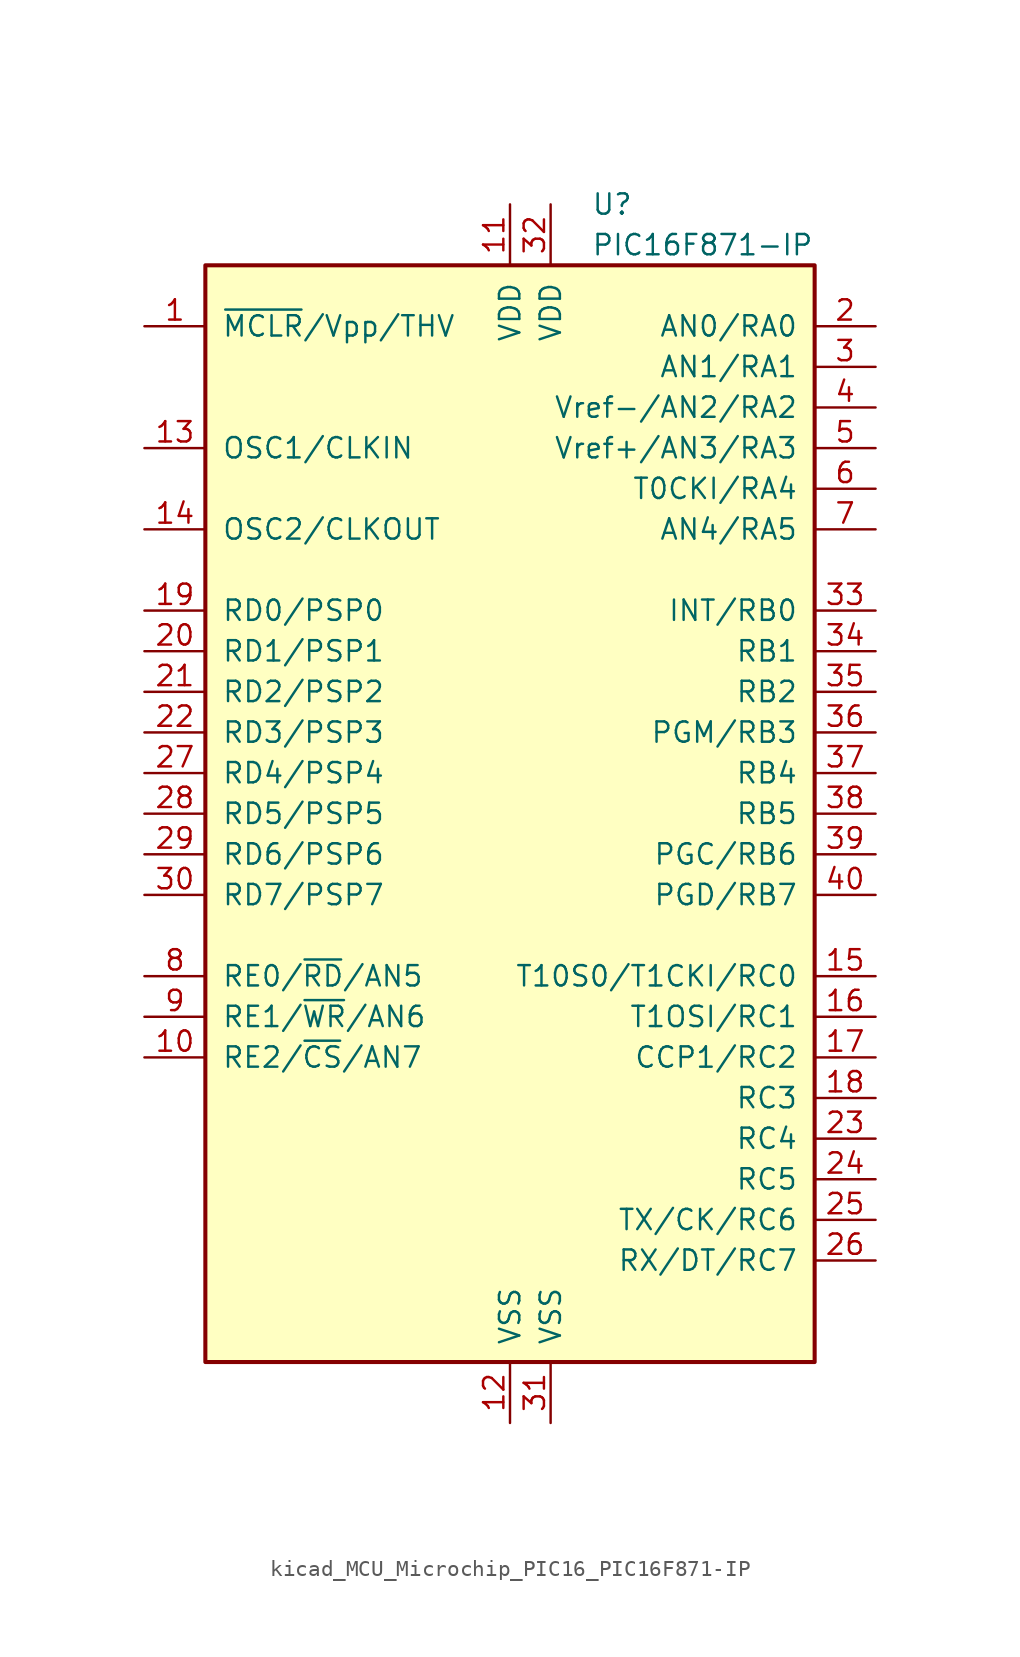
<source format=kicad_sym>
(kicad_symbol_lib
  (version 20220914)
  (generator kicad_symbol_editor)
  (symbol "kicad_MCU_Microchip_PIC16_PIC16F871-IP"
    (pin_names
      (offset 1.016))
    (property "Reference" "U"
      (at 5.08 38.1 0)
      (effects (font (size 1.27 1.27)) (justify left)))
    (property "Value" "PIC16F871-IP"
      (at 5.08 35.56 0)
      (effects (font (size 1.27 1.27)) (justify left)))
    (symbol "kicad_MCU_Microchip_PIC16_PIC16F871-IP_0_1"
      (rectangle (start -19.05 -34.29) (end 19.05 34.29) (stroke (width 0.254) (type default)) (fill (type background))))
    (symbol "kicad_MCU_Microchip_PIC16_PIC16F871-IP_1_1"
      (pin input line (at -22.86 30.48 0) (length 3.81) (name "~{MCLR}/Vpp/THV" (effects (font (size 1.27 1.27)))) (number "1" (effects (font (size 1.27 1.27)))))
      (pin bidirectional line (at -22.86 -15.24 0) (length 3.81) (name "RE2/~{CS}/AN7" (effects (font (size 1.27 1.27)))) (number "10" (effects (font (size 1.27 1.27)))))
      (pin power_in line (at 0 38.1 270) (length 3.81) (name "VDD" (effects (font (size 1.27 1.27)))) (number "11" (effects (font (size 1.27 1.27)))))
      (pin power_in line (at 0 -38.1 90) (length 3.81) (name "VSS" (effects (font (size 1.27 1.27)))) (number "12" (effects (font (size 1.27 1.27)))))
      (pin input line (at -22.86 22.86 0) (length 3.81) (name "OSC1/CLKIN" (effects (font (size 1.27 1.27)))) (number "13" (effects (font (size 1.27 1.27)))))
      (pin output line (at -22.86 17.78 0) (length 3.81) (name "OSC2/CLKOUT" (effects (font (size 1.27 1.27)))) (number "14" (effects (font (size 1.27 1.27)))))
      (pin bidirectional line (at 22.86 -10.16 180) (length 3.81) (name "T10S0/T1CKI/RC0" (effects (font (size 1.27 1.27)))) (number "15" (effects (font (size 1.27 1.27)))))
      (pin bidirectional line (at 22.86 -12.7 180) (length 3.81) (name "T1OSI/RC1" (effects (font (size 1.27 1.27)))) (number "16" (effects (font (size 1.27 1.27)))))
      (pin bidirectional line (at 22.86 -15.24 180) (length 3.81) (name "CCP1/RC2" (effects (font (size 1.27 1.27)))) (number "17" (effects (font (size 1.27 1.27)))))
      (pin bidirectional line (at 22.86 -17.78 180) (length 3.81) (name "RC3" (effects (font (size 1.27 1.27)))) (number "18" (effects (font (size 1.27 1.27)))))
      (pin bidirectional line (at -22.86 12.7 0) (length 3.81) (name "RD0/PSP0" (effects (font (size 1.27 1.27)))) (number "19" (effects (font (size 1.27 1.27)))))
      (pin bidirectional line (at 22.86 30.48 180) (length 3.81) (name "AN0/RA0" (effects (font (size 1.27 1.27)))) (number "2" (effects (font (size 1.27 1.27)))))
      (pin bidirectional line (at -22.86 10.16 0) (length 3.81) (name "RD1/PSP1" (effects (font (size 1.27 1.27)))) (number "20" (effects (font (size 1.27 1.27)))))
      (pin bidirectional line (at -22.86 7.62 0) (length 3.81) (name "RD2/PSP2" (effects (font (size 1.27 1.27)))) (number "21" (effects (font (size 1.27 1.27)))))
      (pin bidirectional line (at -22.86 5.08 0) (length 3.81) (name "RD3/PSP3" (effects (font (size 1.27 1.27)))) (number "22" (effects (font (size 1.27 1.27)))))
      (pin bidirectional line (at 22.86 -20.32 180) (length 3.81) (name "RC4" (effects (font (size 1.27 1.27)))) (number "23" (effects (font (size 1.27 1.27)))))
      (pin bidirectional line (at 22.86 -22.86 180) (length 3.81) (name "RC5" (effects (font (size 1.27 1.27)))) (number "24" (effects (font (size 1.27 1.27)))))
      (pin bidirectional line (at 22.86 -25.4 180) (length 3.81) (name "TX/CK/RC6" (effects (font (size 1.27 1.27)))) (number "25" (effects (font (size 1.27 1.27)))))
      (pin bidirectional line (at 22.86 -27.94 180) (length 3.81) (name "RX/DT/RC7" (effects (font (size 1.27 1.27)))) (number "26" (effects (font (size 1.27 1.27)))))
      (pin bidirectional line (at -22.86 2.54 0) (length 3.81) (name "RD4/PSP4" (effects (font (size 1.27 1.27)))) (number "27" (effects (font (size 1.27 1.27)))))
      (pin bidirectional line (at -22.86 0 0) (length 3.81) (name "RD5/PSP5" (effects (font (size 1.27 1.27)))) (number "28" (effects (font (size 1.27 1.27)))))
      (pin bidirectional line (at -22.86 -2.54 0) (length 3.81) (name "RD6/PSP6" (effects (font (size 1.27 1.27)))) (number "29" (effects (font (size 1.27 1.27)))))
      (pin bidirectional line (at 22.86 27.94 180) (length 3.81) (name "AN1/RA1" (effects (font (size 1.27 1.27)))) (number "3" (effects (font (size 1.27 1.27)))))
      (pin bidirectional line (at -22.86 -5.08 0) (length 3.81) (name "RD7/PSP7" (effects (font (size 1.27 1.27)))) (number "30" (effects (font (size 1.27 1.27)))))
      (pin power_in line (at 2.54 -38.1 90) (length 3.81) (name "VSS" (effects (font (size 1.27 1.27)))) (number "31" (effects (font (size 1.27 1.27)))))
      (pin power_in line (at 2.54 38.1 270) (length 3.81) (name "VDD" (effects (font (size 1.27 1.27)))) (number "32" (effects (font (size 1.27 1.27)))))
      (pin bidirectional line (at 22.86 12.7 180) (length 3.81) (name "INT/RB0" (effects (font (size 1.27 1.27)))) (number "33" (effects (font (size 1.27 1.27)))))
      (pin bidirectional line (at 22.86 10.16 180) (length 3.81) (name "RB1" (effects (font (size 1.27 1.27)))) (number "34" (effects (font (size 1.27 1.27)))))
      (pin bidirectional line (at 22.86 7.62 180) (length 3.81) (name "RB2" (effects (font (size 1.27 1.27)))) (number "35" (effects (font (size 1.27 1.27)))))
      (pin bidirectional line (at 22.86 5.08 180) (length 3.81) (name "PGM/RB3" (effects (font (size 1.27 1.27)))) (number "36" (effects (font (size 1.27 1.27)))))
      (pin bidirectional line (at 22.86 2.54 180) (length 3.81) (name "RB4" (effects (font (size 1.27 1.27)))) (number "37" (effects (font (size 1.27 1.27)))))
      (pin bidirectional line (at 22.86 0 180) (length 3.81) (name "RB5" (effects (font (size 1.27 1.27)))) (number "38" (effects (font (size 1.27 1.27)))))
      (pin bidirectional line (at 22.86 -2.54 180) (length 3.81) (name "PGC/RB6" (effects (font (size 1.27 1.27)))) (number "39" (effects (font (size 1.27 1.27)))))
      (pin bidirectional line (at 22.86 25.4 180) (length 3.81) (name "Vref-/AN2/RA2" (effects (font (size 1.27 1.27)))) (number "4" (effects (font (size 1.27 1.27)))))
      (pin bidirectional line (at 22.86 -5.08 180) (length 3.81) (name "PGD/RB7" (effects (font (size 1.27 1.27)))) (number "40" (effects (font (size 1.27 1.27)))))
      (pin bidirectional line (at 22.86 22.86 180) (length 3.81) (name "Vref+/AN3/RA3" (effects (font (size 1.27 1.27)))) (number "5" (effects (font (size 1.27 1.27)))))
      (pin bidirectional line (at 22.86 20.32 180) (length 3.81) (name "T0CKI/RA4" (effects (font (size 1.27 1.27)))) (number "6" (effects (font (size 1.27 1.27)))))
      (pin bidirectional line (at 22.86 17.78 180) (length 3.81) (name "AN4/RA5" (effects (font (size 1.27 1.27)))) (number "7" (effects (font (size 1.27 1.27)))))
      (pin bidirectional line (at -22.86 -10.16 0) (length 3.81) (name "RE0/~{RD}/AN5" (effects (font (size 1.27 1.27)))) (number "8" (effects (font (size 1.27 1.27)))))
      (pin bidirectional line (at -22.86 -12.7 0) (length 3.81) (name "RE1/~{WR}/AN6" (effects (font (size 1.27 1.27)))) (number "9" (effects (font (size 1.27 1.27))))))))
</source>
